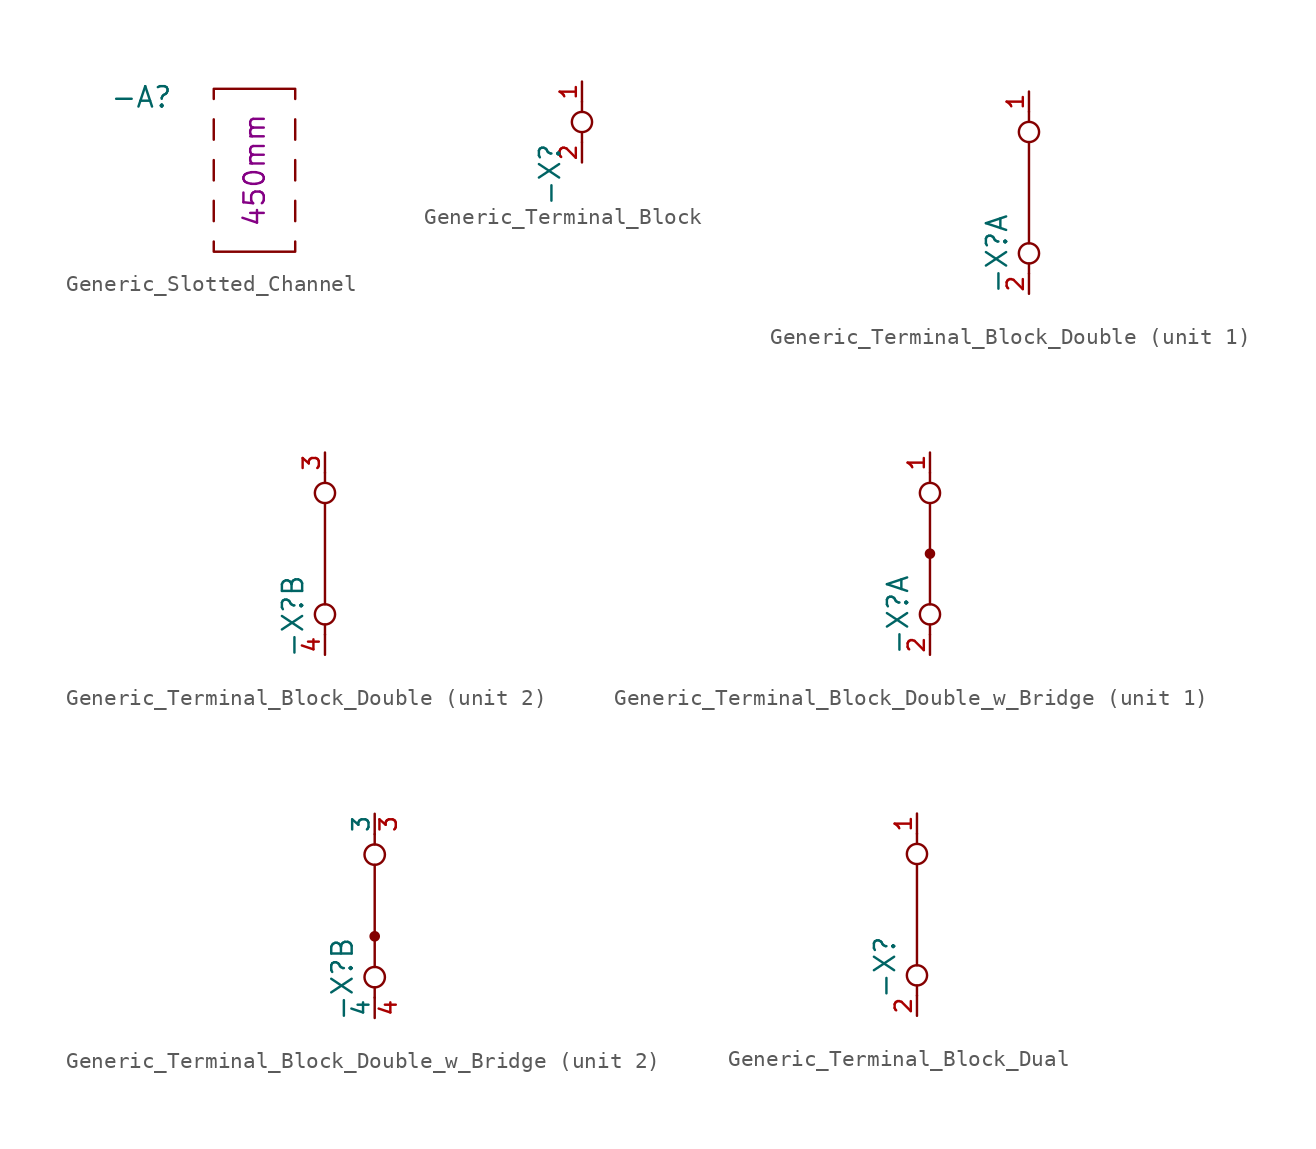
<source format=kicad_sym>
(kicad_symbol_lib
  (version 20231120)
  (generator "kicad_symbol_editor")
  (generator_version "8.0")
  (symbol "Generic_Slotted_Channel"
    (property "Reference" "-A"
      (at -5.08 3.81 0)
      (effects (font (size 1.27 1.27)) (justify right bottom)))
    (property "Length" "450mm"
      (at 0 0 90)
      (do_not_autoplace)
      (effects (font (size 1.27 1.27))))
    (symbol "Generic_Slotted_Channel_0_1"
      (polyline (pts (xy -2.54 -3.175) (xy -2.54 -1.905)) (stroke (width 0) (type default)) (fill (type none)))
      (polyline (pts (xy -2.54 -0.635) (xy -2.54 0.635)) (stroke (width 0) (type default)) (fill (type none)))
      (polyline (pts (xy -2.54 1.905) (xy -2.54 3.175)) (stroke (width 0) (type default)) (fill (type none)))
      (polyline (pts (xy 2.54 -3.175) (xy 2.54 -1.905)) (stroke (width 0) (type default)) (fill (type none)))
      (polyline (pts (xy 2.54 -0.635) (xy 2.54 0.635)) (stroke (width 0) (type default)) (fill (type none)))
      (polyline (pts (xy 2.54 1.905) (xy 2.54 3.175)) (stroke (width 0) (type default)) (fill (type none)))
      (polyline (pts (xy -2.54 -4.445) (xy -2.54 -5.08) (xy 2.54 -5.08) (xy 2.54 -4.445)) (stroke (width 0) (type default)) (fill (type none)))
      (polyline (pts (xy 2.54 4.445) (xy 2.54 5.08) (xy -2.54 5.08) (xy -2.54 4.445)) (stroke (width 0) (type default)) (fill (type none)))))
  (symbol "Generic_Terminal_Block"
    (pin_names
      (offset 0))
    (property "Reference" "-X"
      (at -1.27 -1.27 90)
      (do_not_autoplace)
      (effects (font (size 1.27 1.27)) (justify right bottom)))
    (property "Value" ""
      (at -1.27 1.27 90)
      (do_not_autoplace)
      (effects (font (size 1.016 1.016)) (justify left bottom)))
    (symbol "Generic_Terminal_Block_0_1"
      (polyline (pts (xy 0 -1.27) (xy 0 -0.635)) (stroke (width 0) (type default)) (fill (type none)))
      (polyline (pts (xy 0 0.635) (xy 0 1.27)) (stroke (width 0) (type default)) (fill (type none)))
      (circle (center 0 0) (radius 0.635) (stroke (width 0) (type default)) (fill (type none))))
    (symbol "Generic_Terminal_Block_1_1"
      (pin passive line (at 0 2.54 270) (length 1.27) (name "" (effects (font (size 1.27 1.27)))) (number "1" (effects (font (size 1.016 1.016)))))
      (pin passive line (at 0 -2.54 90) (length 1.27) (name "" (effects (font (size 1.016 1.016)))) (number "2" (effects (font (size 1.016 1.016)))))))
  (symbol "Generic_Terminal_Block_Double"
    (pin_names
      (offset 0))
    (property "Reference" "-X"
      (at -1.27 -1.27 90)
      (do_not_autoplace)
      (effects (font (size 1.27 1.27)) (justify right bottom)))
    (property "Value" ""
      (at -1.27 0 90)
      (do_not_autoplace)
      (effects (font (size 1.016 1.016)) (justify left bottom)))
    (symbol "Generic_Terminal_Block_Double_0_1"
      (circle (center 0 -3.81) (radius 0.635) (stroke (width 0) (type default)) (fill (type none)))
      (polyline (pts (xy 0 -4.445) (xy 0 -5.08)) (stroke (width 0) (type default)) (fill (type none)))
      (polyline (pts (xy 0 4.445) (xy 0 5.08)) (stroke (width 0) (type default)) (fill (type none)))
      (circle (center 0 3.81) (radius 0.635) (stroke (width 0) (type default)) (fill (type none))))
    (symbol "Generic_Terminal_Block_Double_1_1"
      (polyline (pts (xy 0 -3.175) (xy 0 3.175)) (stroke (width 0) (type default)) (fill (type none)))
      (pin passive line (at 0 6.35 270) (length 1.27) (name "" (effects (font (size 1.016 1.016)))) (number "1" (effects (font (size 1.016 1.016)))))
      (pin passive line (at 0 -6.35 90) (length 1.27) (name "" (effects (font (size 1.016 1.016)))) (number "2" (effects (font (size 1.016 1.016))))))
    (symbol "Generic_Terminal_Block_Double_2_1"
      (polyline (pts (xy 0 -3.175) (xy 0 3.175)) (stroke (width 0) (type default)) (fill (type none)))
      (pin passive line (at 0 6.35 270) (length 1.27) (name "" (effects (font (size 1.016 1.016)))) (number "3" (effects (font (size 1.016 1.016)))))
      (pin passive line (at 0 -6.35 90) (length 1.27) (name "" (effects (font (size 1.016 1.016)))) (number "4" (effects (font (size 1.016 1.016)))))))
  (symbol "Generic_Terminal_Block_Double_w_Bridge"
    (pin_names
      (offset 0))
    (property "Reference" "-X"
      (at -1.27 -1.27 90)
      (do_not_autoplace)
      (effects (font (size 1.27 1.27)) (justify right bottom)))
    (property "Value" ""
      (at -1.27 0 90)
      (do_not_autoplace)
      (effects (font (size 1.016 1.016)) (justify left bottom)))
    (symbol "Generic_Terminal_Block_Double_w_Bridge_0_1"
      (circle (center 0 -3.81) (radius 0.635) (stroke (width 0) (type default)) (fill (type none)))
      (polyline (pts (xy 0 -4.445) (xy 0 -5.08)) (stroke (width 0) (type default)) (fill (type none)))
      (polyline (pts (xy 0 4.445) (xy 0 5.08)) (stroke (width 0) (type default)) (fill (type none)))
      (circle (center 0 3.81) (radius 0.635) (stroke (width 0) (type default)) (fill (type none))))
    (symbol "Generic_Terminal_Block_Double_w_Bridge_1_1"
      (polyline (pts (xy 0 -3.175) (xy 0 3.175)) (stroke (width 0) (type default)) (fill (type none)))
      (circle (center 0 0) (radius 0.254) (stroke (width 0) (type default)) (fill (type outline)))
      (pin passive line (at 0 6.35 270) (length 1.27) (name "" (effects (font (size 1.016 1.016)))) (number "1" (effects (font (size 1.016 1.016)))))
      (pin passive line (at 0 -6.35 90) (length 1.27) (name "" (effects (font (size 1.016 1.016)))) (number "2" (effects (font (size 1.016 1.016)))))
      (pin passive line (at 0 0 180) (length 0) (name "J1" (effects (font (size 0 0)))) (number "5" (effects (font (size 0 0))))))
    (symbol "Generic_Terminal_Block_Double_w_Bridge_2_1"
      (circle (center 0 -1.27) (radius 0.254) (stroke (width 0) (type default)) (fill (type outline)))
      (polyline (pts (xy 0 -3.175) (xy 0 3.175)) (stroke (width 0) (type default)) (fill (type none)))
      (pin passive line (at 0 6.35 270) (length 1.27) (name "3" (effects (font (size 1.016 1.016)))) (number "3" (effects (font (size 1.016 1.016)))))
      (pin passive line (at 0 -6.35 90) (length 1.27) (name "4" (effects (font (size 1.016 1.016)))) (number "4" (effects (font (size 1.016 1.016)))))
      (pin passive line (at 0 -1.27 180) (length 0) (name "J2" (effects (font (size 0 0)))) (number "6" (effects (font (size 0 0)))))))
  (symbol "Generic_Terminal_Block_Dual"
    (pin_names
      (offset 0))
    (property "Reference" "-X"
      (at -1.27 -1.27 90)
      (do_not_autoplace)
      (effects (font (size 1.27 1.27)) (justify right bottom)))
    (property "Value" ""
      (at -1.27 1.27 90)
      (do_not_autoplace)
      (effects (font (size 1.016 1.016)) (justify left bottom)))
    (symbol "Generic_Terminal_Block_Dual_0_1"
      (circle (center 0 -3.81) (radius 0.635) (stroke (width 0) (type default)) (fill (type none)))
      (polyline (pts (xy 0 -4.445) (xy 0 -5.08)) (stroke (width 0) (type default)) (fill (type none)))
      (polyline (pts (xy 0 -3.175) (xy 0 3.175)) (stroke (width 0) (type default)) (fill (type none)))
      (polyline (pts (xy 0 4.445) (xy 0 5.08)) (stroke (width 0) (type default)) (fill (type none)))
      (circle (center 0 3.81) (radius 0.635) (stroke (width 0) (type default)) (fill (type none))))
    (symbol "Generic_Terminal_Block_Dual_1_1"
      (pin passive line (at 0 6.35 270) (length 1.27) (name "" (effects (font (size 1.016 1.016)))) (number "1" (effects (font (size 1.016 1.016)))))
      (pin passive line (at 0 -6.35 90) (length 1.27) (name "" (effects (font (size 1.016 1.016)))) (number "2" (effects (font (size 1.016 1.016))))))))
</source>
